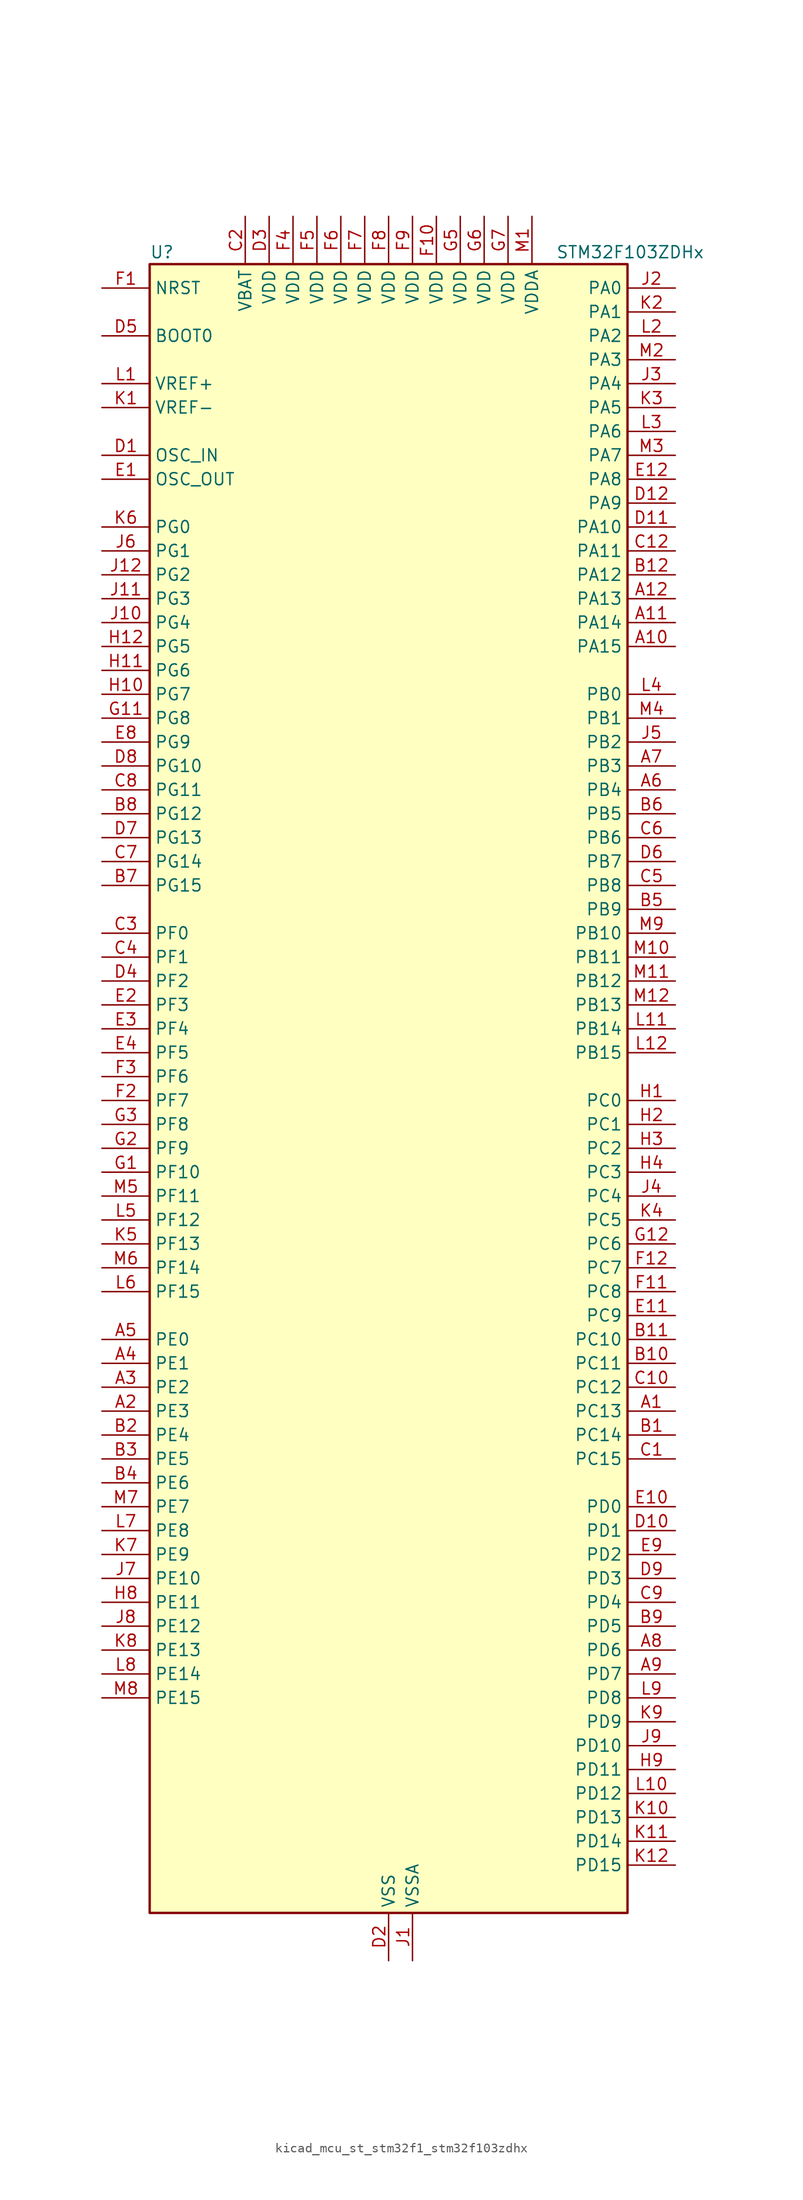
<source format=kicad_sym>
(kicad_symbol_lib
  (version 20220914)
  (generator kicad_symbol_editor)
  (symbol "kicad_mcu_st_stm32f1_stm32f103zdhx"
    (property "Reference" "U"
      (at -25.4 90.17 0)
      (effects (font (size 1.27 1.27)) (justify left)))
    (property "Value" "STM32F103ZDHx"
      (at 17.78 90.17 0)
      (effects (font (size 1.27 1.27)) (justify left)))
    (property "ki_locked" ""
      (at 0 0 0)
      (effects (font (size 1.27 1.27))))
    (symbol "kicad_mcu_st_stm32f1_stm32f103zdhx_0_1"
      (rectangle (start -25.4 -86.36) (end 25.4 88.9) (stroke (width 0.254) (type default)) (fill (type background))))
    (symbol "kicad_mcu_st_stm32f1_stm32f103zdhx_1_1"
      (pin bidirectional line (at 30.48 -33.02 180) (length 5.08) (name "PC13" (effects (font (size 1.27 1.27)))) (number "A1" (effects (font (size 1.27 1.27)))) (alternate "RTC_OUT" bidirectional line) (alternate "RTC_TAMPER" bidirectional line))
      (pin bidirectional line (at 30.48 48.26 180) (length 5.08) (name "PA15" (effects (font (size 1.27 1.27)))) (number "A10" (effects (font (size 1.27 1.27)))) (alternate "ADC1_EXTI15" bidirectional line) (alternate "ADC2_EXTI15" bidirectional line) (alternate "I2S3_WS" bidirectional line) (alternate "SPI1_NSS" bidirectional line) (alternate "SPI3_NSS" bidirectional line) (alternate "SYS_JTDI" bidirectional line) (alternate "TIM2_CH1" bidirectional line) (alternate "TIM2_ETR" bidirectional line))
      (pin bidirectional line (at 30.48 50.8 180) (length 5.08) (name "PA14" (effects (font (size 1.27 1.27)))) (number "A11" (effects (font (size 1.27 1.27)))) (alternate "SYS_JTCK-SWCLK" bidirectional line))
      (pin bidirectional line (at 30.48 53.34 180) (length 5.08) (name "PA13" (effects (font (size 1.27 1.27)))) (number "A12" (effects (font (size 1.27 1.27)))) (alternate "SYS_JTMS-SWDIO" bidirectional line))
      (pin bidirectional line (at -30.48 -33.02 0) (length 5.08) (name "PE3" (effects (font (size 1.27 1.27)))) (number "A2" (effects (font (size 1.27 1.27)))) (alternate "FSMC_A19" bidirectional line) (alternate "SYS_TRACED0" bidirectional line))
      (pin bidirectional line (at -30.48 -30.48 0) (length 5.08) (name "PE2" (effects (font (size 1.27 1.27)))) (number "A3" (effects (font (size 1.27 1.27)))) (alternate "FSMC_A23" bidirectional line) (alternate "SYS_TRACECLK" bidirectional line))
      (pin bidirectional line (at -30.48 -27.94 0) (length 5.08) (name "PE1" (effects (font (size 1.27 1.27)))) (number "A4" (effects (font (size 1.27 1.27)))) (alternate "FSMC_NBL1" bidirectional line))
      (pin bidirectional line (at -30.48 -25.4 0) (length 5.08) (name "PE0" (effects (font (size 1.27 1.27)))) (number "A5" (effects (font (size 1.27 1.27)))) (alternate "FSMC_NBL0" bidirectional line) (alternate "TIM4_ETR" bidirectional line))
      (pin bidirectional line (at 30.48 33.02 180) (length 5.08) (name "PB4" (effects (font (size 1.27 1.27)))) (number "A6" (effects (font (size 1.27 1.27)))) (alternate "SPI1_MISO" bidirectional line) (alternate "SPI3_MISO" bidirectional line) (alternate "SYS_NJTRST" bidirectional line) (alternate "TIM3_CH1" bidirectional line))
      (pin bidirectional line (at 30.48 35.56 180) (length 5.08) (name "PB3" (effects (font (size 1.27 1.27)))) (number "A7" (effects (font (size 1.27 1.27)))) (alternate "I2S3_CK" bidirectional line) (alternate "SPI1_SCK" bidirectional line) (alternate "SPI3_SCK" bidirectional line) (alternate "SYS_JTDO-TRACESWO" bidirectional line) (alternate "TIM2_CH2" bidirectional line))
      (pin bidirectional line (at 30.48 -58.42 180) (length 5.08) (name "PD6" (effects (font (size 1.27 1.27)))) (number "A8" (effects (font (size 1.27 1.27)))) (alternate "FSMC_NWAIT" bidirectional line) (alternate "USART2_RX" bidirectional line))
      (pin bidirectional line (at 30.48 -60.96 180) (length 5.08) (name "PD7" (effects (font (size 1.27 1.27)))) (number "A9" (effects (font (size 1.27 1.27)))) (alternate "FSMC_NCE2" bidirectional line) (alternate "FSMC_NE1" bidirectional line) (alternate "USART2_CK" bidirectional line))
      (pin bidirectional line (at 30.48 -35.56 180) (length 5.08) (name "PC14" (effects (font (size 1.27 1.27)))) (number "B1" (effects (font (size 1.27 1.27)))) (alternate "RCC_OSC32_IN" bidirectional line))
      (pin bidirectional line (at 30.48 -27.94 180) (length 5.08) (name "PC11" (effects (font (size 1.27 1.27)))) (number "B10" (effects (font (size 1.27 1.27)))) (alternate "ADC1_EXTI11" bidirectional line) (alternate "ADC2_EXTI11" bidirectional line) (alternate "SDIO_D3" bidirectional line) (alternate "UART4_RX" bidirectional line) (alternate "USART3_RX" bidirectional line))
      (pin bidirectional line (at 30.48 -25.4 180) (length 5.08) (name "PC10" (effects (font (size 1.27 1.27)))) (number "B11" (effects (font (size 1.27 1.27)))) (alternate "SDIO_D2" bidirectional line) (alternate "UART4_TX" bidirectional line) (alternate "USART3_TX" bidirectional line))
      (pin bidirectional line (at 30.48 55.88 180) (length 5.08) (name "PA12" (effects (font (size 1.27 1.27)))) (number "B12" (effects (font (size 1.27 1.27)))) (alternate "CAN_TX" bidirectional line) (alternate "TIM1_ETR" bidirectional line) (alternate "USART1_RTS" bidirectional line) (alternate "USB_DP" bidirectional line))
      (pin bidirectional line (at -30.48 -35.56 0) (length 5.08) (name "PE4" (effects (font (size 1.27 1.27)))) (number "B2" (effects (font (size 1.27 1.27)))) (alternate "FSMC_A20" bidirectional line) (alternate "SYS_TRACED1" bidirectional line))
      (pin bidirectional line (at -30.48 -38.1 0) (length 5.08) (name "PE5" (effects (font (size 1.27 1.27)))) (number "B3" (effects (font (size 1.27 1.27)))) (alternate "FSMC_A21" bidirectional line) (alternate "SYS_TRACED2" bidirectional line))
      (pin bidirectional line (at -30.48 -40.64 0) (length 5.08) (name "PE6" (effects (font (size 1.27 1.27)))) (number "B4" (effects (font (size 1.27 1.27)))) (alternate "FSMC_A22" bidirectional line) (alternate "SYS_TRACED3" bidirectional line))
      (pin bidirectional line (at 30.48 20.32 180) (length 5.08) (name "PB9" (effects (font (size 1.27 1.27)))) (number "B5" (effects (font (size 1.27 1.27)))) (alternate "CAN_TX" bidirectional line) (alternate "DAC_EXTI9" bidirectional line) (alternate "I2C1_SDA" bidirectional line) (alternate "SDIO_D5" bidirectional line) (alternate "TIM4_CH4" bidirectional line))
      (pin bidirectional line (at 30.48 30.48 180) (length 5.08) (name "PB5" (effects (font (size 1.27 1.27)))) (number "B6" (effects (font (size 1.27 1.27)))) (alternate "I2C1_SMBA" bidirectional line) (alternate "I2S3_SD" bidirectional line) (alternate "SPI1_MOSI" bidirectional line) (alternate "SPI3_MOSI" bidirectional line) (alternate "TIM3_CH2" bidirectional line))
      (pin bidirectional line (at -30.48 22.86 0) (length 5.08) (name "PG15" (effects (font (size 1.27 1.27)))) (number "B7" (effects (font (size 1.27 1.27)))) (alternate "ADC1_EXTI15" bidirectional line) (alternate "ADC2_EXTI15" bidirectional line))
      (pin bidirectional line (at -30.48 30.48 0) (length 5.08) (name "PG12" (effects (font (size 1.27 1.27)))) (number "B8" (effects (font (size 1.27 1.27)))) (alternate "FSMC_NE4" bidirectional line))
      (pin bidirectional line (at 30.48 -55.88 180) (length 5.08) (name "PD5" (effects (font (size 1.27 1.27)))) (number "B9" (effects (font (size 1.27 1.27)))) (alternate "FSMC_NWE" bidirectional line) (alternate "USART2_TX" bidirectional line))
      (pin bidirectional line (at 30.48 -38.1 180) (length 5.08) (name "PC15" (effects (font (size 1.27 1.27)))) (number "C1" (effects (font (size 1.27 1.27)))) (alternate "ADC1_EXTI15" bidirectional line) (alternate "ADC2_EXTI15" bidirectional line) (alternate "RCC_OSC32_OUT" bidirectional line))
      (pin bidirectional line (at 30.48 -30.48 180) (length 5.08) (name "PC12" (effects (font (size 1.27 1.27)))) (number "C10" (effects (font (size 1.27 1.27)))) (alternate "SDIO_CK" bidirectional line) (alternate "UART5_TX" bidirectional line) (alternate "USART3_CK" bidirectional line))
      (pin no_connect line (at -25.4 -86.36 0) (length 5.08) hide (name "NC" (effects (font (size 1.27 1.27)))) (number "C11" (effects (font (size 1.27 1.27)))))
      (pin bidirectional line (at 30.48 58.42 180) (length 5.08) (name "PA11" (effects (font (size 1.27 1.27)))) (number "C12" (effects (font (size 1.27 1.27)))) (alternate "ADC1_EXTI11" bidirectional line) (alternate "ADC2_EXTI11" bidirectional line) (alternate "CAN_RX" bidirectional line) (alternate "TIM1_CH4" bidirectional line) (alternate "USART1_CTS" bidirectional line) (alternate "USB_DM" bidirectional line))
      (pin power_in line (at -15.24 93.98 270) (length 5.08) (name "VBAT" (effects (font (size 1.27 1.27)))) (number "C2" (effects (font (size 1.27 1.27)))))
      (pin bidirectional line (at -30.48 17.78 0) (length 5.08) (name "PF0" (effects (font (size 1.27 1.27)))) (number "C3" (effects (font (size 1.27 1.27)))) (alternate "FSMC_A0" bidirectional line))
      (pin bidirectional line (at -30.48 15.24 0) (length 5.08) (name "PF1" (effects (font (size 1.27 1.27)))) (number "C4" (effects (font (size 1.27 1.27)))) (alternate "FSMC_A1" bidirectional line))
      (pin bidirectional line (at 30.48 22.86 180) (length 5.08) (name "PB8" (effects (font (size 1.27 1.27)))) (number "C5" (effects (font (size 1.27 1.27)))) (alternate "CAN_RX" bidirectional line) (alternate "I2C1_SCL" bidirectional line) (alternate "SDIO_D4" bidirectional line) (alternate "TIM4_CH3" bidirectional line))
      (pin bidirectional line (at 30.48 27.94 180) (length 5.08) (name "PB6" (effects (font (size 1.27 1.27)))) (number "C6" (effects (font (size 1.27 1.27)))) (alternate "I2C1_SCL" bidirectional line) (alternate "TIM4_CH1" bidirectional line) (alternate "USART1_TX" bidirectional line))
      (pin bidirectional line (at -30.48 25.4 0) (length 5.08) (name "PG14" (effects (font (size 1.27 1.27)))) (number "C7" (effects (font (size 1.27 1.27)))) (alternate "FSMC_A25" bidirectional line))
      (pin bidirectional line (at -30.48 33.02 0) (length 5.08) (name "PG11" (effects (font (size 1.27 1.27)))) (number "C8" (effects (font (size 1.27 1.27)))) (alternate "ADC1_EXTI11" bidirectional line) (alternate "ADC2_EXTI11" bidirectional line) (alternate "FSMC_NCE4_2" bidirectional line))
      (pin bidirectional line (at 30.48 -53.34 180) (length 5.08) (name "PD4" (effects (font (size 1.27 1.27)))) (number "C9" (effects (font (size 1.27 1.27)))) (alternate "FSMC_NOE" bidirectional line) (alternate "USART2_RTS" bidirectional line))
      (pin input line (at -30.48 68.58 0) (length 5.08) (name "OSC_IN" (effects (font (size 1.27 1.27)))) (number "D1" (effects (font (size 1.27 1.27)))) (alternate "RCC_OSC_IN" bidirectional line))
      (pin bidirectional line (at 30.48 -45.72 180) (length 5.08) (name "PD1" (effects (font (size 1.27 1.27)))) (number "D10" (effects (font (size 1.27 1.27)))) (alternate "CAN_TX" bidirectional line) (alternate "FSMC_D3" bidirectional line) (alternate "FSMC_DA3" bidirectional line))
      (pin bidirectional line (at 30.48 60.96 180) (length 5.08) (name "PA10" (effects (font (size 1.27 1.27)))) (number "D11" (effects (font (size 1.27 1.27)))) (alternate "TIM1_CH3" bidirectional line) (alternate "USART1_RX" bidirectional line))
      (pin bidirectional line (at 30.48 63.5 180) (length 5.08) (name "PA9" (effects (font (size 1.27 1.27)))) (number "D12" (effects (font (size 1.27 1.27)))) (alternate "DAC_EXTI9" bidirectional line) (alternate "TIM1_CH2" bidirectional line) (alternate "USART1_TX" bidirectional line))
      (pin power_in line (at 0 -91.44 90) (length 5.08) (name "VSS" (effects (font (size 1.27 1.27)))) (number "D2" (effects (font (size 1.27 1.27)))))
      (pin power_in line (at -12.7 93.98 270) (length 5.08) (name "VDD" (effects (font (size 1.27 1.27)))) (number "D3" (effects (font (size 1.27 1.27)))))
      (pin bidirectional line (at -30.48 12.7 0) (length 5.08) (name "PF2" (effects (font (size 1.27 1.27)))) (number "D4" (effects (font (size 1.27 1.27)))) (alternate "FSMC_A2" bidirectional line))
      (pin input line (at -30.48 81.28 0) (length 5.08) (name "BOOT0" (effects (font (size 1.27 1.27)))) (number "D5" (effects (font (size 1.27 1.27)))))
      (pin bidirectional line (at 30.48 25.4 180) (length 5.08) (name "PB7" (effects (font (size 1.27 1.27)))) (number "D6" (effects (font (size 1.27 1.27)))) (alternate "FSMC_NL" bidirectional line) (alternate "I2C1_SDA" bidirectional line) (alternate "TIM4_CH2" bidirectional line) (alternate "USART1_RX" bidirectional line))
      (pin bidirectional line (at -30.48 27.94 0) (length 5.08) (name "PG13" (effects (font (size 1.27 1.27)))) (number "D7" (effects (font (size 1.27 1.27)))) (alternate "FSMC_A24" bidirectional line))
      (pin bidirectional line (at -30.48 35.56 0) (length 5.08) (name "PG10" (effects (font (size 1.27 1.27)))) (number "D8" (effects (font (size 1.27 1.27)))) (alternate "FSMC_NCE4_1" bidirectional line) (alternate "FSMC_NE3" bidirectional line))
      (pin bidirectional line (at 30.48 -50.8 180) (length 5.08) (name "PD3" (effects (font (size 1.27 1.27)))) (number "D9" (effects (font (size 1.27 1.27)))) (alternate "FSMC_CLK" bidirectional line) (alternate "USART2_CTS" bidirectional line))
      (pin input line (at -30.48 66.04 0) (length 5.08) (name "OSC_OUT" (effects (font (size 1.27 1.27)))) (number "E1" (effects (font (size 1.27 1.27)))) (alternate "RCC_OSC_OUT" bidirectional line))
      (pin bidirectional line (at 30.48 -43.18 180) (length 5.08) (name "PD0" (effects (font (size 1.27 1.27)))) (number "E10" (effects (font (size 1.27 1.27)))) (alternate "CAN_RX" bidirectional line) (alternate "FSMC_D2" bidirectional line) (alternate "FSMC_DA2" bidirectional line))
      (pin bidirectional line (at 30.48 -22.86 180) (length 5.08) (name "PC9" (effects (font (size 1.27 1.27)))) (number "E11" (effects (font (size 1.27 1.27)))) (alternate "DAC_EXTI9" bidirectional line) (alternate "SDIO_D1" bidirectional line) (alternate "TIM3_CH4" bidirectional line) (alternate "TIM8_CH4" bidirectional line))
      (pin bidirectional line (at 30.48 66.04 180) (length 5.08) (name "PA8" (effects (font (size 1.27 1.27)))) (number "E12" (effects (font (size 1.27 1.27)))) (alternate "RCC_MCO" bidirectional line) (alternate "TIM1_CH1" bidirectional line) (alternate "USART1_CK" bidirectional line))
      (pin bidirectional line (at -30.48 10.16 0) (length 5.08) (name "PF3" (effects (font (size 1.27 1.27)))) (number "E2" (effects (font (size 1.27 1.27)))) (alternate "FSMC_A3" bidirectional line))
      (pin bidirectional line (at -30.48 7.62 0) (length 5.08) (name "PF4" (effects (font (size 1.27 1.27)))) (number "E3" (effects (font (size 1.27 1.27)))) (alternate "FSMC_A4" bidirectional line))
      (pin bidirectional line (at -30.48 5.08 0) (length 5.08) (name "PF5" (effects (font (size 1.27 1.27)))) (number "E4" (effects (font (size 1.27 1.27)))) (alternate "FSMC_A5" bidirectional line))
      (pin passive line (at 0 -91.44 90) (length 5.08) hide (name "VSS" (effects (font (size 1.27 1.27)))) (number "E5" (effects (font (size 1.27 1.27)))))
      (pin passive line (at 0 -91.44 90) (length 5.08) hide (name "VSS" (effects (font (size 1.27 1.27)))) (number "E6" (effects (font (size 1.27 1.27)))))
      (pin passive line (at 0 -91.44 90) (length 5.08) hide (name "VSS" (effects (font (size 1.27 1.27)))) (number "E7" (effects (font (size 1.27 1.27)))))
      (pin bidirectional line (at -30.48 38.1 0) (length 5.08) (name "PG9" (effects (font (size 1.27 1.27)))) (number "E8" (effects (font (size 1.27 1.27)))) (alternate "DAC_EXTI9" bidirectional line) (alternate "FSMC_NCE3" bidirectional line) (alternate "FSMC_NE2" bidirectional line))
      (pin bidirectional line (at 30.48 -48.26 180) (length 5.08) (name "PD2" (effects (font (size 1.27 1.27)))) (number "E9" (effects (font (size 1.27 1.27)))) (alternate "SDIO_CMD" bidirectional line) (alternate "TIM3_ETR" bidirectional line) (alternate "UART5_RX" bidirectional line))
      (pin input line (at -30.48 86.36 0) (length 5.08) (name "NRST" (effects (font (size 1.27 1.27)))) (number "F1" (effects (font (size 1.27 1.27)))))
      (pin power_in line (at 5.08 93.98 270) (length 5.08) (name "VDD" (effects (font (size 1.27 1.27)))) (number "F10" (effects (font (size 1.27 1.27)))))
      (pin bidirectional line (at 30.48 -20.32 180) (length 5.08) (name "PC8" (effects (font (size 1.27 1.27)))) (number "F11" (effects (font (size 1.27 1.27)))) (alternate "SDIO_D0" bidirectional line) (alternate "TIM3_CH3" bidirectional line) (alternate "TIM8_CH3" bidirectional line))
      (pin bidirectional line (at 30.48 -17.78 180) (length 5.08) (name "PC7" (effects (font (size 1.27 1.27)))) (number "F12" (effects (font (size 1.27 1.27)))) (alternate "I2S3_MCK" bidirectional line) (alternate "SDIO_D7" bidirectional line) (alternate "TIM3_CH2" bidirectional line) (alternate "TIM8_CH2" bidirectional line))
      (pin bidirectional line (at -30.48 0 0) (length 5.08) (name "PF7" (effects (font (size 1.27 1.27)))) (number "F2" (effects (font (size 1.27 1.27)))) (alternate "ADC3_IN5" bidirectional line) (alternate "FSMC_NREG" bidirectional line))
      (pin bidirectional line (at -30.48 2.54 0) (length 5.08) (name "PF6" (effects (font (size 1.27 1.27)))) (number "F3" (effects (font (size 1.27 1.27)))) (alternate "ADC3_IN4" bidirectional line) (alternate "FSMC_NIORD" bidirectional line))
      (pin power_in line (at -10.16 93.98 270) (length 5.08) (name "VDD" (effects (font (size 1.27 1.27)))) (number "F4" (effects (font (size 1.27 1.27)))))
      (pin power_in line (at -7.62 93.98 270) (length 5.08) (name "VDD" (effects (font (size 1.27 1.27)))) (number "F5" (effects (font (size 1.27 1.27)))))
      (pin power_in line (at -5.08 93.98 270) (length 5.08) (name "VDD" (effects (font (size 1.27 1.27)))) (number "F6" (effects (font (size 1.27 1.27)))))
      (pin power_in line (at -2.54 93.98 270) (length 5.08) (name "VDD" (effects (font (size 1.27 1.27)))) (number "F7" (effects (font (size 1.27 1.27)))))
      (pin power_in line (at 0 93.98 270) (length 5.08) (name "VDD" (effects (font (size 1.27 1.27)))) (number "F8" (effects (font (size 1.27 1.27)))))
      (pin power_in line (at 2.54 93.98 270) (length 5.08) (name "VDD" (effects (font (size 1.27 1.27)))) (number "F9" (effects (font (size 1.27 1.27)))))
      (pin bidirectional line (at -30.48 -7.62 0) (length 5.08) (name "PF10" (effects (font (size 1.27 1.27)))) (number "G1" (effects (font (size 1.27 1.27)))) (alternate "ADC3_IN8" bidirectional line) (alternate "FSMC_INTR" bidirectional line))
      (pin passive line (at 0 -91.44 90) (length 5.08) hide (name "VSS" (effects (font (size 1.27 1.27)))) (number "G10" (effects (font (size 1.27 1.27)))))
      (pin bidirectional line (at -30.48 40.64 0) (length 5.08) (name "PG8" (effects (font (size 1.27 1.27)))) (number "G11" (effects (font (size 1.27 1.27)))))
      (pin bidirectional line (at 30.48 -15.24 180) (length 5.08) (name "PC6" (effects (font (size 1.27 1.27)))) (number "G12" (effects (font (size 1.27 1.27)))) (alternate "I2S2_MCK" bidirectional line) (alternate "SDIO_D6" bidirectional line) (alternate "TIM3_CH1" bidirectional line) (alternate "TIM8_CH1" bidirectional line))
      (pin bidirectional line (at -30.48 -5.08 0) (length 5.08) (name "PF9" (effects (font (size 1.27 1.27)))) (number "G2" (effects (font (size 1.27 1.27)))) (alternate "ADC3_IN7" bidirectional line) (alternate "DAC_EXTI9" bidirectional line) (alternate "FSMC_CD" bidirectional line))
      (pin bidirectional line (at -30.48 -2.54 0) (length 5.08) (name "PF8" (effects (font (size 1.27 1.27)))) (number "G3" (effects (font (size 1.27 1.27)))) (alternate "ADC3_IN6" bidirectional line) (alternate "FSMC_NIOWR" bidirectional line))
      (pin passive line (at 0 -91.44 90) (length 5.08) hide (name "VSS" (effects (font (size 1.27 1.27)))) (number "G4" (effects (font (size 1.27 1.27)))))
      (pin power_in line (at 7.62 93.98 270) (length 5.08) (name "VDD" (effects (font (size 1.27 1.27)))) (number "G5" (effects (font (size 1.27 1.27)))))
      (pin power_in line (at 10.16 93.98 270) (length 5.08) (name "VDD" (effects (font (size 1.27 1.27)))) (number "G6" (effects (font (size 1.27 1.27)))))
      (pin power_in line (at 12.7 93.98 270) (length 5.08) (name "VDD" (effects (font (size 1.27 1.27)))) (number "G7" (effects (font (size 1.27 1.27)))))
      (pin passive line (at 0 -91.44 90) (length 5.08) hide (name "VSS" (effects (font (size 1.27 1.27)))) (number "G8" (effects (font (size 1.27 1.27)))))
      (pin passive line (at 0 -91.44 90) (length 5.08) hide (name "VSS" (effects (font (size 1.27 1.27)))) (number "G9" (effects (font (size 1.27 1.27)))))
      (pin bidirectional line (at 30.48 0 180) (length 5.08) (name "PC0" (effects (font (size 1.27 1.27)))) (number "H1" (effects (font (size 1.27 1.27)))) (alternate "ADC1_IN10" bidirectional line) (alternate "ADC2_IN10" bidirectional line) (alternate "ADC3_IN10" bidirectional line))
      (pin bidirectional line (at -30.48 43.18 0) (length 5.08) (name "PG7" (effects (font (size 1.27 1.27)))) (number "H10" (effects (font (size 1.27 1.27)))) (alternate "FSMC_INT3" bidirectional line))
      (pin bidirectional line (at -30.48 45.72 0) (length 5.08) (name "PG6" (effects (font (size 1.27 1.27)))) (number "H11" (effects (font (size 1.27 1.27)))) (alternate "FSMC_INT2" bidirectional line))
      (pin bidirectional line (at -30.48 48.26 0) (length 5.08) (name "PG5" (effects (font (size 1.27 1.27)))) (number "H12" (effects (font (size 1.27 1.27)))) (alternate "FSMC_A15" bidirectional line))
      (pin bidirectional line (at 30.48 -2.54 180) (length 5.08) (name "PC1" (effects (font (size 1.27 1.27)))) (number "H2" (effects (font (size 1.27 1.27)))) (alternate "ADC1_IN11" bidirectional line) (alternate "ADC2_IN11" bidirectional line) (alternate "ADC3_IN11" bidirectional line))
      (pin bidirectional line (at 30.48 -5.08 180) (length 5.08) (name "PC2" (effects (font (size 1.27 1.27)))) (number "H3" (effects (font (size 1.27 1.27)))) (alternate "ADC1_IN12" bidirectional line) (alternate "ADC2_IN12" bidirectional line) (alternate "ADC3_IN12" bidirectional line))
      (pin bidirectional line (at 30.48 -7.62 180) (length 5.08) (name "PC3" (effects (font (size 1.27 1.27)))) (number "H4" (effects (font (size 1.27 1.27)))) (alternate "ADC1_IN13" bidirectional line) (alternate "ADC2_IN13" bidirectional line) (alternate "ADC3_IN13" bidirectional line))
      (pin passive line (at 0 -91.44 90) (length 5.08) hide (name "VSS" (effects (font (size 1.27 1.27)))) (number "H5" (effects (font (size 1.27 1.27)))))
      (pin passive line (at 0 -91.44 90) (length 5.08) hide (name "VSS" (effects (font (size 1.27 1.27)))) (number "H6" (effects (font (size 1.27 1.27)))))
      (pin passive line (at 0 -91.44 90) (length 5.08) hide (name "VSS" (effects (font (size 1.27 1.27)))) (number "H7" (effects (font (size 1.27 1.27)))))
      (pin bidirectional line (at -30.48 -53.34 0) (length 5.08) (name "PE11" (effects (font (size 1.27 1.27)))) (number "H8" (effects (font (size 1.27 1.27)))) (alternate "ADC1_EXTI11" bidirectional line) (alternate "ADC2_EXTI11" bidirectional line) (alternate "FSMC_D8" bidirectional line) (alternate "FSMC_DA8" bidirectional line) (alternate "TIM1_CH2" bidirectional line))
      (pin bidirectional line (at 30.48 -71.12 180) (length 5.08) (name "PD11" (effects (font (size 1.27 1.27)))) (number "H9" (effects (font (size 1.27 1.27)))) (alternate "ADC1_EXTI11" bidirectional line) (alternate "ADC2_EXTI11" bidirectional line) (alternate "FSMC_A16" bidirectional line) (alternate "FSMC_CLE" bidirectional line) (alternate "USART3_CTS" bidirectional line))
      (pin power_in line (at 2.54 -91.44 90) (length 5.08) (name "VSSA" (effects (font (size 1.27 1.27)))) (number "J1" (effects (font (size 1.27 1.27)))))
      (pin bidirectional line (at -30.48 50.8 0) (length 5.08) (name "PG4" (effects (font (size 1.27 1.27)))) (number "J10" (effects (font (size 1.27 1.27)))) (alternate "FSMC_A14" bidirectional line))
      (pin bidirectional line (at -30.48 53.34 0) (length 5.08) (name "PG3" (effects (font (size 1.27 1.27)))) (number "J11" (effects (font (size 1.27 1.27)))) (alternate "FSMC_A13" bidirectional line))
      (pin bidirectional line (at -30.48 55.88 0) (length 5.08) (name "PG2" (effects (font (size 1.27 1.27)))) (number "J12" (effects (font (size 1.27 1.27)))) (alternate "FSMC_A12" bidirectional line))
      (pin bidirectional line (at 30.48 86.36 180) (length 5.08) (name "PA0" (effects (font (size 1.27 1.27)))) (number "J2" (effects (font (size 1.27 1.27)))) (alternate "ADC1_IN0" bidirectional line) (alternate "ADC2_IN0" bidirectional line) (alternate "ADC3_IN0" bidirectional line) (alternate "SYS_WKUP" bidirectional line) (alternate "TIM2_CH1" bidirectional line) (alternate "TIM2_ETR" bidirectional line) (alternate "TIM5_CH1" bidirectional line) (alternate "TIM8_ETR" bidirectional line) (alternate "USART2_CTS" bidirectional line))
      (pin bidirectional line (at 30.48 76.2 180) (length 5.08) (name "PA4" (effects (font (size 1.27 1.27)))) (number "J3" (effects (font (size 1.27 1.27)))) (alternate "ADC1_IN4" bidirectional line) (alternate "ADC2_IN4" bidirectional line) (alternate "DAC_OUT1" bidirectional line) (alternate "SPI1_NSS" bidirectional line) (alternate "USART2_CK" bidirectional line))
      (pin bidirectional line (at 30.48 -10.16 180) (length 5.08) (name "PC4" (effects (font (size 1.27 1.27)))) (number "J4" (effects (font (size 1.27 1.27)))) (alternate "ADC1_IN14" bidirectional line) (alternate "ADC2_IN14" bidirectional line))
      (pin bidirectional line (at 30.48 38.1 180) (length 5.08) (name "PB2" (effects (font (size 1.27 1.27)))) (number "J5" (effects (font (size 1.27 1.27)))))
      (pin bidirectional line (at -30.48 58.42 0) (length 5.08) (name "PG1" (effects (font (size 1.27 1.27)))) (number "J6" (effects (font (size 1.27 1.27)))) (alternate "FSMC_A11" bidirectional line))
      (pin bidirectional line (at -30.48 -50.8 0) (length 5.08) (name "PE10" (effects (font (size 1.27 1.27)))) (number "J7" (effects (font (size 1.27 1.27)))) (alternate "FSMC_D7" bidirectional line) (alternate "FSMC_DA7" bidirectional line) (alternate "TIM1_CH2N" bidirectional line))
      (pin bidirectional line (at -30.48 -55.88 0) (length 5.08) (name "PE12" (effects (font (size 1.27 1.27)))) (number "J8" (effects (font (size 1.27 1.27)))) (alternate "FSMC_D9" bidirectional line) (alternate "FSMC_DA9" bidirectional line) (alternate "TIM1_CH3N" bidirectional line))
      (pin bidirectional line (at 30.48 -68.58 180) (length 5.08) (name "PD10" (effects (font (size 1.27 1.27)))) (number "J9" (effects (font (size 1.27 1.27)))) (alternate "FSMC_D15" bidirectional line) (alternate "FSMC_DA15" bidirectional line) (alternate "USART3_CK" bidirectional line))
      (pin input line (at -30.48 73.66 0) (length 5.08) (name "VREF-" (effects (font (size 1.27 1.27)))) (number "K1" (effects (font (size 1.27 1.27)))))
      (pin bidirectional line (at 30.48 -76.2 180) (length 5.08) (name "PD13" (effects (font (size 1.27 1.27)))) (number "K10" (effects (font (size 1.27 1.27)))) (alternate "FSMC_A18" bidirectional line) (alternate "TIM4_CH2" bidirectional line))
      (pin bidirectional line (at 30.48 -78.74 180) (length 5.08) (name "PD14" (effects (font (size 1.27 1.27)))) (number "K11" (effects (font (size 1.27 1.27)))) (alternate "FSMC_D0" bidirectional line) (alternate "FSMC_DA0" bidirectional line) (alternate "TIM4_CH3" bidirectional line))
      (pin bidirectional line (at 30.48 -81.28 180) (length 5.08) (name "PD15" (effects (font (size 1.27 1.27)))) (number "K12" (effects (font (size 1.27 1.27)))) (alternate "ADC1_EXTI15" bidirectional line) (alternate "ADC2_EXTI15" bidirectional line) (alternate "FSMC_D1" bidirectional line) (alternate "FSMC_DA1" bidirectional line) (alternate "TIM4_CH4" bidirectional line))
      (pin bidirectional line (at 30.48 83.82 180) (length 5.08) (name "PA1" (effects (font (size 1.27 1.27)))) (number "K2" (effects (font (size 1.27 1.27)))) (alternate "ADC1_IN1" bidirectional line) (alternate "ADC2_IN1" bidirectional line) (alternate "ADC3_IN1" bidirectional line) (alternate "TIM2_CH2" bidirectional line) (alternate "TIM5_CH2" bidirectional line) (alternate "USART2_RTS" bidirectional line))
      (pin bidirectional line (at 30.48 73.66 180) (length 5.08) (name "PA5" (effects (font (size 1.27 1.27)))) (number "K3" (effects (font (size 1.27 1.27)))) (alternate "ADC1_IN5" bidirectional line) (alternate "ADC2_IN5" bidirectional line) (alternate "DAC_OUT2" bidirectional line) (alternate "SPI1_SCK" bidirectional line))
      (pin bidirectional line (at 30.48 -12.7 180) (length 5.08) (name "PC5" (effects (font (size 1.27 1.27)))) (number "K4" (effects (font (size 1.27 1.27)))) (alternate "ADC1_IN15" bidirectional line) (alternate "ADC2_IN15" bidirectional line))
      (pin bidirectional line (at -30.48 -15.24 0) (length 5.08) (name "PF13" (effects (font (size 1.27 1.27)))) (number "K5" (effects (font (size 1.27 1.27)))) (alternate "FSMC_A7" bidirectional line))
      (pin bidirectional line (at -30.48 60.96 0) (length 5.08) (name "PG0" (effects (font (size 1.27 1.27)))) (number "K6" (effects (font (size 1.27 1.27)))) (alternate "FSMC_A10" bidirectional line))
      (pin bidirectional line (at -30.48 -48.26 0) (length 5.08) (name "PE9" (effects (font (size 1.27 1.27)))) (number "K7" (effects (font (size 1.27 1.27)))) (alternate "DAC_EXTI9" bidirectional line) (alternate "FSMC_D6" bidirectional line) (alternate "FSMC_DA6" bidirectional line) (alternate "TIM1_CH1" bidirectional line))
      (pin bidirectional line (at -30.48 -58.42 0) (length 5.08) (name "PE13" (effects (font (size 1.27 1.27)))) (number "K8" (effects (font (size 1.27 1.27)))) (alternate "FSMC_D10" bidirectional line) (alternate "FSMC_DA10" bidirectional line) (alternate "TIM1_CH3" bidirectional line))
      (pin bidirectional line (at 30.48 -66.04 180) (length 5.08) (name "PD9" (effects (font (size 1.27 1.27)))) (number "K9" (effects (font (size 1.27 1.27)))) (alternate "DAC_EXTI9" bidirectional line) (alternate "FSMC_D14" bidirectional line) (alternate "FSMC_DA14" bidirectional line) (alternate "USART3_RX" bidirectional line))
      (pin input line (at -30.48 76.2 0) (length 5.08) (name "VREF+" (effects (font (size 1.27 1.27)))) (number "L1" (effects (font (size 1.27 1.27)))))
      (pin bidirectional line (at 30.48 -73.66 180) (length 5.08) (name "PD12" (effects (font (size 1.27 1.27)))) (number "L10" (effects (font (size 1.27 1.27)))) (alternate "FSMC_A17" bidirectional line) (alternate "FSMC_ALE" bidirectional line) (alternate "TIM4_CH1" bidirectional line) (alternate "USART3_RTS" bidirectional line))
      (pin bidirectional line (at 30.48 7.62 180) (length 5.08) (name "PB14" (effects (font (size 1.27 1.27)))) (number "L11" (effects (font (size 1.27 1.27)))) (alternate "SPI2_MISO" bidirectional line) (alternate "TIM1_CH2N" bidirectional line) (alternate "USART3_RTS" bidirectional line))
      (pin bidirectional line (at 30.48 5.08 180) (length 5.08) (name "PB15" (effects (font (size 1.27 1.27)))) (number "L12" (effects (font (size 1.27 1.27)))) (alternate "ADC1_EXTI15" bidirectional line) (alternate "ADC2_EXTI15" bidirectional line) (alternate "I2S2_SD" bidirectional line) (alternate "SPI2_MOSI" bidirectional line) (alternate "TIM1_CH3N" bidirectional line))
      (pin bidirectional line (at 30.48 81.28 180) (length 5.08) (name "PA2" (effects (font (size 1.27 1.27)))) (number "L2" (effects (font (size 1.27 1.27)))) (alternate "ADC1_IN2" bidirectional line) (alternate "ADC2_IN2" bidirectional line) (alternate "ADC3_IN2" bidirectional line) (alternate "TIM2_CH3" bidirectional line) (alternate "TIM5_CH3" bidirectional line) (alternate "USART2_TX" bidirectional line))
      (pin bidirectional line (at 30.48 71.12 180) (length 5.08) (name "PA6" (effects (font (size 1.27 1.27)))) (number "L3" (effects (font (size 1.27 1.27)))) (alternate "ADC1_IN6" bidirectional line) (alternate "ADC2_IN6" bidirectional line) (alternate "SPI1_MISO" bidirectional line) (alternate "TIM1_BKIN" bidirectional line) (alternate "TIM3_CH1" bidirectional line) (alternate "TIM8_BKIN" bidirectional line))
      (pin bidirectional line (at 30.48 43.18 180) (length 5.08) (name "PB0" (effects (font (size 1.27 1.27)))) (number "L4" (effects (font (size 1.27 1.27)))) (alternate "ADC1_IN8" bidirectional line) (alternate "ADC2_IN8" bidirectional line) (alternate "TIM1_CH2N" bidirectional line) (alternate "TIM3_CH3" bidirectional line) (alternate "TIM8_CH2N" bidirectional line))
      (pin bidirectional line (at -30.48 -12.7 0) (length 5.08) (name "PF12" (effects (font (size 1.27 1.27)))) (number "L5" (effects (font (size 1.27 1.27)))) (alternate "FSMC_A6" bidirectional line))
      (pin bidirectional line (at -30.48 -20.32 0) (length 5.08) (name "PF15" (effects (font (size 1.27 1.27)))) (number "L6" (effects (font (size 1.27 1.27)))) (alternate "ADC1_EXTI15" bidirectional line) (alternate "ADC2_EXTI15" bidirectional line) (alternate "FSMC_A9" bidirectional line))
      (pin bidirectional line (at -30.48 -45.72 0) (length 5.08) (name "PE8" (effects (font (size 1.27 1.27)))) (number "L7" (effects (font (size 1.27 1.27)))) (alternate "FSMC_D5" bidirectional line) (alternate "FSMC_DA5" bidirectional line) (alternate "TIM1_CH1N" bidirectional line))
      (pin bidirectional line (at -30.48 -60.96 0) (length 5.08) (name "PE14" (effects (font (size 1.27 1.27)))) (number "L8" (effects (font (size 1.27 1.27)))) (alternate "FSMC_D11" bidirectional line) (alternate "FSMC_DA11" bidirectional line) (alternate "TIM1_CH4" bidirectional line))
      (pin bidirectional line (at 30.48 -63.5 180) (length 5.08) (name "PD8" (effects (font (size 1.27 1.27)))) (number "L9" (effects (font (size 1.27 1.27)))) (alternate "FSMC_D13" bidirectional line) (alternate "FSMC_DA13" bidirectional line) (alternate "USART3_TX" bidirectional line))
      (pin power_in line (at 15.24 93.98 270) (length 5.08) (name "VDDA" (effects (font (size 1.27 1.27)))) (number "M1" (effects (font (size 1.27 1.27)))))
      (pin bidirectional line (at 30.48 15.24 180) (length 5.08) (name "PB11" (effects (font (size 1.27 1.27)))) (number "M10" (effects (font (size 1.27 1.27)))) (alternate "ADC1_EXTI11" bidirectional line) (alternate "ADC2_EXTI11" bidirectional line) (alternate "I2C2_SDA" bidirectional line) (alternate "TIM2_CH4" bidirectional line) (alternate "USART3_RX" bidirectional line))
      (pin bidirectional line (at 30.48 12.7 180) (length 5.08) (name "PB12" (effects (font (size 1.27 1.27)))) (number "M11" (effects (font (size 1.27 1.27)))) (alternate "I2C2_SMBA" bidirectional line) (alternate "I2S2_WS" bidirectional line) (alternate "SPI2_NSS" bidirectional line) (alternate "TIM1_BKIN" bidirectional line) (alternate "USART3_CK" bidirectional line))
      (pin bidirectional line (at 30.48 10.16 180) (length 5.08) (name "PB13" (effects (font (size 1.27 1.27)))) (number "M12" (effects (font (size 1.27 1.27)))) (alternate "I2S2_CK" bidirectional line) (alternate "SPI2_SCK" bidirectional line) (alternate "TIM1_CH1N" bidirectional line) (alternate "USART3_CTS" bidirectional line))
      (pin bidirectional line (at 30.48 78.74 180) (length 5.08) (name "PA3" (effects (font (size 1.27 1.27)))) (number "M2" (effects (font (size 1.27 1.27)))) (alternate "ADC1_IN3" bidirectional line) (alternate "ADC2_IN3" bidirectional line) (alternate "ADC3_IN3" bidirectional line) (alternate "TIM2_CH4" bidirectional line) (alternate "TIM5_CH4" bidirectional line) (alternate "USART2_RX" bidirectional line))
      (pin bidirectional line (at 30.48 68.58 180) (length 5.08) (name "PA7" (effects (font (size 1.27 1.27)))) (number "M3" (effects (font (size 1.27 1.27)))) (alternate "ADC1_IN7" bidirectional line) (alternate "ADC2_IN7" bidirectional line) (alternate "SPI1_MOSI" bidirectional line) (alternate "TIM1_CH1N" bidirectional line) (alternate "TIM3_CH2" bidirectional line) (alternate "TIM8_CH1N" bidirectional line))
      (pin bidirectional line (at 30.48 40.64 180) (length 5.08) (name "PB1" (effects (font (size 1.27 1.27)))) (number "M4" (effects (font (size 1.27 1.27)))) (alternate "ADC1_IN9" bidirectional line) (alternate "ADC2_IN9" bidirectional line) (alternate "TIM1_CH3N" bidirectional line) (alternate "TIM3_CH4" bidirectional line) (alternate "TIM8_CH3N" bidirectional line))
      (pin bidirectional line (at -30.48 -10.16 0) (length 5.08) (name "PF11" (effects (font (size 1.27 1.27)))) (number "M5" (effects (font (size 1.27 1.27)))) (alternate "ADC1_EXTI11" bidirectional line) (alternate "ADC2_EXTI11" bidirectional line) (alternate "FSMC_NIOS16" bidirectional line))
      (pin bidirectional line (at -30.48 -17.78 0) (length 5.08) (name "PF14" (effects (font (size 1.27 1.27)))) (number "M6" (effects (font (size 1.27 1.27)))) (alternate "FSMC_A8" bidirectional line))
      (pin bidirectional line (at -30.48 -43.18 0) (length 5.08) (name "PE7" (effects (font (size 1.27 1.27)))) (number "M7" (effects (font (size 1.27 1.27)))) (alternate "FSMC_D4" bidirectional line) (alternate "FSMC_DA4" bidirectional line) (alternate "TIM1_ETR" bidirectional line))
      (pin bidirectional line (at -30.48 -63.5 0) (length 5.08) (name "PE15" (effects (font (size 1.27 1.27)))) (number "M8" (effects (font (size 1.27 1.27)))) (alternate "ADC1_EXTI15" bidirectional line) (alternate "ADC2_EXTI15" bidirectional line) (alternate "FSMC_D12" bidirectional line) (alternate "FSMC_DA12" bidirectional line) (alternate "TIM1_BKIN" bidirectional line))
      (pin bidirectional line (at 30.48 17.78 180) (length 5.08) (name "PB10" (effects (font (size 1.27 1.27)))) (number "M9" (effects (font (size 1.27 1.27)))) (alternate "I2C2_SCL" bidirectional line) (alternate "TIM2_CH3" bidirectional line) (alternate "USART3_TX" bidirectional line)))))
</source>
